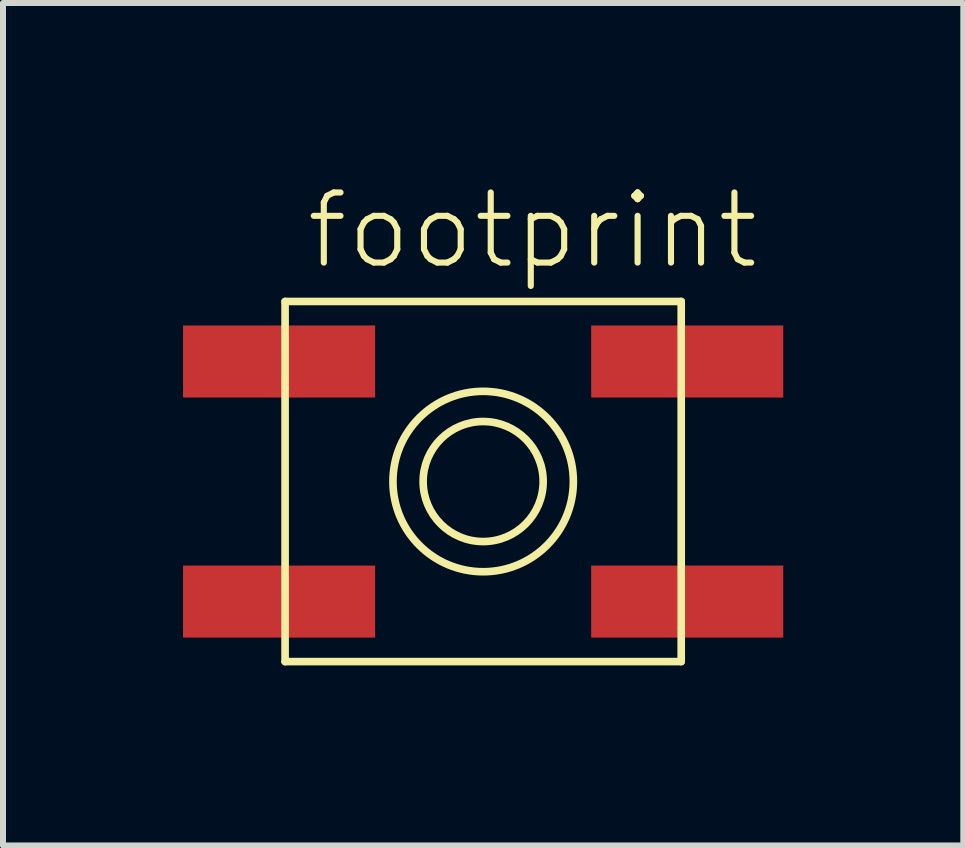
<source format=kicad_pcb>
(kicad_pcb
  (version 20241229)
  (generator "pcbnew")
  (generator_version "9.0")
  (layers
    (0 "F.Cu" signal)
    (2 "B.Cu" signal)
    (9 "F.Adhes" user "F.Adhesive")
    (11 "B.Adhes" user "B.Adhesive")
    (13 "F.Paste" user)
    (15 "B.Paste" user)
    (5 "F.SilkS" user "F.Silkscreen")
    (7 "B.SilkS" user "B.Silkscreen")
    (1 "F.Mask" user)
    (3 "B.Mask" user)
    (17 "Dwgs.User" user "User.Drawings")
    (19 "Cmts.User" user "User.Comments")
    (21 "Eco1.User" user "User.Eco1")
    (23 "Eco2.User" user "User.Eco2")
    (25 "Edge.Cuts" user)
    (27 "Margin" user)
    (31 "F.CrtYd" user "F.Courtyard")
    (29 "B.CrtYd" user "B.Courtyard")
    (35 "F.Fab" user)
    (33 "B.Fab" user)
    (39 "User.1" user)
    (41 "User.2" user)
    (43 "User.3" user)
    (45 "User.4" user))
  (footprint "footprint"
    (layer "F.Cu")
    (at 5 4.973)
    (property "Reference" "footprint" (at -3 -3.5 0) (layer "F.SilkS") (effects (font (size 1.168 1.168) (thickness 0.102)) (justify left bottom)))
    (fp_line (start -3.3 -3) (end 3.3 -3) (stroke (width 0.127) (type solid)) (layer "F.SilkS"))
    (fp_line (start -3.3 3) (end -3.3 -3) (stroke (width 0.127) (type solid)) (layer "F.SilkS"))
    (fp_line (start 3.3 -3) (end 3.3 3) (stroke (width 0.127) (type solid)) (layer "F.SilkS"))
    (fp_line (start 3.3 3) (end -3.3 3) (stroke (width 0.127) (type solid)) (layer "F.SilkS"))
    (fp_circle (center 0 0) (end 1 0) (stroke (width 0.127) (type solid)) (fill no) (layer "F.SilkS"))
    (fp_circle (center 0 0) (end 1.503 0) (stroke (width 0.127) (type solid)) (fill no) (layer "F.SilkS"))
    (pad "A" smd rect (at -3.4 2) (size 3.2 1.2) (layers "F.Cu" "F.Mask" "F.Paste"))
    (pad "A'" smd rect (at 3.4 2) (size 3.2 1.2) (layers "F.Cu" "F.Mask" "F.Paste"))
    (pad "B" smd rect (at -3.4 -2) (size 3.2 1.2) (layers "F.Cu" "F.Mask" "F.Paste"))
    (pad "B'" smd rect (at 3.4 -2) (size 3.2 1.2) (layers "F.Cu" "F.Mask" "F.Paste")))
  (gr_rect
    (start -3 -3)
    (end 13 11.037)
    (stroke (width 0.1) (type default))
    (fill no)
    (layer "Edge.Cuts")))
</source>
